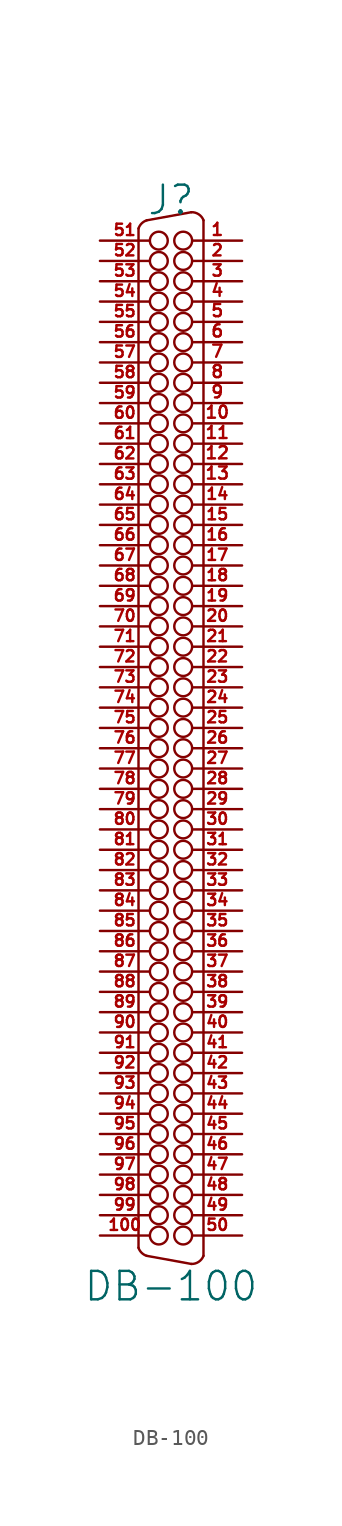
<source format=kicad_sym>
(kicad_symbol_lib
  (version 20201005)
  (generator kicad_symbol_editor)
  (symbol "DB-100"
    (pin_names
      (offset 1.016) hide)
    (property "Reference" "J"
      (at 0 33.655 0)
      (effects (font (size 1.778 1.778))))
    (property "Value" "DB-100"
      (at 0 -34.29 0)
      (effects (font (size 1.778 1.778))))
    (property "Footprint" ""
      (at 0 0 0)
      (effects (font (size 1.524 1.524))))
    (property "Datasheet" ""
      (at 0 0 0)
      (effects (font (size 1.524 1.524))))
    (symbol "DB-100_0_1"
      (arc (start -2.032 -31.877) (end -1.524 -32.385) (radius (at -1.27 -31.623) (length 0.7874) (angles -161.5 -108.4)) (stroke (width 0)) (fill (type none)))
      (arc (start -2.032 31.877) (end -1.524 32.385) (radius (at -1.27 31.623) (length 0.7874) (angles 161.5 108.4)) (stroke (width 0)) (fill (type none)))
      (arc (start 1.27 -32.893) (end 2.032 -32.385) (radius (at 1.2954 -32.1056) (length 0.7874) (angles -91.8 -20.7)) (stroke (width 0)) (fill (type none)))
      (arc (start 2.032 32.385) (end 1.27 32.893) (radius (at 1.2954 32.1056) (length 0.7874) (angles 20.7 91.8)) (stroke (width 0)) (fill (type none)))
      (circle (center -0.762 -31.115) (radius 0.559) (stroke (width 0)) (fill (type none)))
      (circle (center -0.762 -29.845) (radius 0.559) (stroke (width 0)) (fill (type none)))
      (circle (center -0.762 -28.575) (radius 0.559) (stroke (width 0)) (fill (type none)))
      (circle (center -0.762 -27.305) (radius 0.559) (stroke (width 0)) (fill (type none)))
      (circle (center -0.762 -26.035) (radius 0.559) (stroke (width 0)) (fill (type none)))
      (circle (center -0.762 -24.765) (radius 0.559) (stroke (width 0)) (fill (type none)))
      (circle (center -0.762 -23.495) (radius 0.559) (stroke (width 0)) (fill (type none)))
      (circle (center -0.762 -22.225) (radius 0.559) (stroke (width 0)) (fill (type none)))
      (circle (center -0.762 -20.955) (radius 0.559) (stroke (width 0)) (fill (type none)))
      (circle (center -0.762 -19.685) (radius 0.559) (stroke (width 0)) (fill (type none)))
      (circle (center -0.762 -18.415) (radius 0.559) (stroke (width 0)) (fill (type none)))
      (circle (center -0.762 -17.145) (radius 0.559) (stroke (width 0)) (fill (type none)))
      (circle (center -0.762 -15.875) (radius 0.559) (stroke (width 0)) (fill (type none)))
      (circle (center -0.762 -14.605) (radius 0.559) (stroke (width 0)) (fill (type none)))
      (circle (center -0.762 -13.335) (radius 0.559) (stroke (width 0)) (fill (type none)))
      (circle (center -0.762 -12.065) (radius 0.559) (stroke (width 0)) (fill (type none)))
      (circle (center -0.762 -10.795) (radius 0.559) (stroke (width 0)) (fill (type none)))
      (circle (center -0.762 -9.525) (radius 0.559) (stroke (width 0)) (fill (type none)))
      (circle (center -0.762 -8.255) (radius 0.559) (stroke (width 0)) (fill (type none)))
      (circle (center -0.762 -6.985) (radius 0.559) (stroke (width 0)) (fill (type none)))
      (circle (center -0.762 -5.715) (radius 0.559) (stroke (width 0)) (fill (type none)))
      (circle (center -0.762 -4.445) (radius 0.559) (stroke (width 0)) (fill (type none)))
      (circle (center -0.762 -3.175) (radius 0.559) (stroke (width 0)) (fill (type none)))
      (circle (center -0.762 -1.905) (radius 0.559) (stroke (width 0)) (fill (type none)))
      (circle (center -0.762 -0.635) (radius 0.559) (stroke (width 0)) (fill (type none)))
      (circle (center -0.762 0.635) (radius 0.559) (stroke (width 0)) (fill (type none)))
      (circle (center -0.762 1.905) (radius 0.559) (stroke (width 0)) (fill (type none)))
      (circle (center -0.762 3.175) (radius 0.559) (stroke (width 0)) (fill (type none)))
      (circle (center -0.762 4.445) (radius 0.559) (stroke (width 0)) (fill (type none)))
      (circle (center -0.762 5.715) (radius 0.559) (stroke (width 0)) (fill (type none)))
      (circle (center -0.762 6.985) (radius 0.559) (stroke (width 0)) (fill (type none)))
      (circle (center -0.762 8.255) (radius 0.559) (stroke (width 0)) (fill (type none)))
      (circle (center -0.762 9.525) (radius 0.559) (stroke (width 0)) (fill (type none)))
      (circle (center -0.762 10.795) (radius 0.559) (stroke (width 0)) (fill (type none)))
      (circle (center -0.762 12.065) (radius 0.559) (stroke (width 0)) (fill (type none)))
      (circle (center -0.762 13.335) (radius 0.559) (stroke (width 0)) (fill (type none)))
      (circle (center -0.762 14.605) (radius 0.559) (stroke (width 0)) (fill (type none)))
      (circle (center -0.762 15.875) (radius 0.559) (stroke (width 0)) (fill (type none)))
      (circle (center -0.762 17.145) (radius 0.559) (stroke (width 0)) (fill (type none)))
      (circle (center -0.762 18.415) (radius 0.559) (stroke (width 0)) (fill (type none)))
      (circle (center -0.762 19.685) (radius 0.559) (stroke (width 0)) (fill (type none)))
      (circle (center -0.762 20.955) (radius 0.559) (stroke (width 0)) (fill (type none)))
      (circle (center -0.762 22.225) (radius 0.559) (stroke (width 0)) (fill (type none)))
      (circle (center -0.762 23.495) (radius 0.559) (stroke (width 0)) (fill (type none)))
      (circle (center -0.762 24.765) (radius 0.559) (stroke (width 0)) (fill (type none)))
      (circle (center -0.762 26.035) (radius 0.559) (stroke (width 0)) (fill (type none)))
      (circle (center -0.762 27.305) (radius 0.559) (stroke (width 0)) (fill (type none)))
      (circle (center -0.762 28.575) (radius 0.559) (stroke (width 0)) (fill (type none)))
      (circle (center -0.762 29.845) (radius 0.559) (stroke (width 0)) (fill (type none)))
      (circle (center -0.762 31.115) (radius 0.559) (stroke (width 0)) (fill (type none)))
      (circle (center 0.762 -31.115) (radius 0.559) (stroke (width 0)) (fill (type none)))
      (circle (center 0.762 -29.845) (radius 0.559) (stroke (width 0)) (fill (type none)))
      (circle (center 0.762 -28.575) (radius 0.559) (stroke (width 0)) (fill (type none)))
      (circle (center 0.762 -27.305) (radius 0.559) (stroke (width 0)) (fill (type none)))
      (circle (center 0.762 -26.035) (radius 0.559) (stroke (width 0)) (fill (type none)))
      (circle (center 0.762 -24.765) (radius 0.559) (stroke (width 0)) (fill (type none)))
      (circle (center 0.762 -23.495) (radius 0.559) (stroke (width 0)) (fill (type none)))
      (circle (center 0.762 -22.225) (radius 0.559) (stroke (width 0)) (fill (type none)))
      (circle (center 0.762 -20.955) (radius 0.559) (stroke (width 0)) (fill (type none)))
      (circle (center 0.762 -19.685) (radius 0.559) (stroke (width 0)) (fill (type none)))
      (circle (center 0.762 -18.415) (radius 0.559) (stroke (width 0)) (fill (type none)))
      (circle (center 0.762 -17.145) (radius 0.559) (stroke (width 0)) (fill (type none)))
      (circle (center 0.762 -15.875) (radius 0.559) (stroke (width 0)) (fill (type none)))
      (circle (center 0.762 -14.605) (radius 0.559) (stroke (width 0)) (fill (type none)))
      (circle (center 0.762 -13.335) (radius 0.559) (stroke (width 0)) (fill (type none)))
      (circle (center 0.762 -12.065) (radius 0.559) (stroke (width 0)) (fill (type none)))
      (circle (center 0.762 -10.795) (radius 0.559) (stroke (width 0)) (fill (type none)))
      (circle (center 0.762 -9.525) (radius 0.559) (stroke (width 0)) (fill (type none)))
      (circle (center 0.762 -8.255) (radius 0.559) (stroke (width 0)) (fill (type none)))
      (circle (center 0.762 -6.985) (radius 0.559) (stroke (width 0)) (fill (type none)))
      (circle (center 0.762 -5.715) (radius 0.559) (stroke (width 0)) (fill (type none)))
      (circle (center 0.762 -4.445) (radius 0.559) (stroke (width 0)) (fill (type none)))
      (circle (center 0.762 -3.175) (radius 0.559) (stroke (width 0)) (fill (type none)))
      (circle (center 0.762 -1.905) (radius 0.559) (stroke (width 0)) (fill (type none)))
      (circle (center 0.762 -0.635) (radius 0.559) (stroke (width 0)) (fill (type none)))
      (circle (center 0.762 0.635) (radius 0.559) (stroke (width 0)) (fill (type none)))
      (circle (center 0.762 1.905) (radius 0.559) (stroke (width 0)) (fill (type none)))
      (circle (center 0.762 3.175) (radius 0.559) (stroke (width 0)) (fill (type none)))
      (circle (center 0.762 4.445) (radius 0.559) (stroke (width 0)) (fill (type none)))
      (circle (center 0.762 5.715) (radius 0.559) (stroke (width 0)) (fill (type none)))
      (circle (center 0.762 6.985) (radius 0.559) (stroke (width 0)) (fill (type none)))
      (circle (center 0.762 8.255) (radius 0.559) (stroke (width 0)) (fill (type none)))
      (circle (center 0.762 9.525) (radius 0.559) (stroke (width 0)) (fill (type none)))
      (circle (center 0.762 10.795) (radius 0.559) (stroke (width 0)) (fill (type none)))
      (circle (center 0.762 12.065) (radius 0.559) (stroke (width 0)) (fill (type none)))
      (circle (center 0.762 13.335) (radius 0.559) (stroke (width 0)) (fill (type none)))
      (circle (center 0.762 14.605) (radius 0.559) (stroke (width 0)) (fill (type none)))
      (circle (center 0.762 15.875) (radius 0.559) (stroke (width 0)) (fill (type none)))
      (circle (center 0.762 17.145) (radius 0.559) (stroke (width 0)) (fill (type none)))
      (circle (center 0.762 18.415) (radius 0.559) (stroke (width 0)) (fill (type none)))
      (circle (center 0.762 19.685) (radius 0.559) (stroke (width 0)) (fill (type none)))
      (circle (center 0.762 20.955) (radius 0.559) (stroke (width 0)) (fill (type none)))
      (circle (center 0.762 22.225) (radius 0.559) (stroke (width 0)) (fill (type none)))
      (circle (center 0.762 23.495) (radius 0.559) (stroke (width 0)) (fill (type none)))
      (circle (center 0.762 24.765) (radius 0.559) (stroke (width 0)) (fill (type none)))
      (circle (center 0.762 26.035) (radius 0.559) (stroke (width 0)) (fill (type none)))
      (circle (center 0.762 27.305) (radius 0.559) (stroke (width 0)) (fill (type none)))
      (circle (center 0.762 28.575) (radius 0.559) (stroke (width 0)) (fill (type none)))
      (circle (center 0.762 29.845) (radius 0.559) (stroke (width 0)) (fill (type none)))
      (circle (center 0.762 31.115) (radius 0.559) (stroke (width 0)) (fill (type none)))
      (polyline (pts (xy -2.032 -31.877) (xy -2.032 31.877)) (stroke (width 0)) (fill (type none)))
      (polyline (pts (xy 2.032 32.385) (xy 2.032 -32.385)) (stroke (width 0)) (fill (type none)))
      (polyline (pts (xy -1.524 -32.385) (xy 1.27 -32.893) (xy 1.27 -32.893)) (stroke (width 0)) (fill (type none)))
      (polyline (pts (xy -1.524 32.385) (xy 1.27 32.893) (xy 1.27 32.893)) (stroke (width 0)) (fill (type none))))
    (symbol "DB-100_1_1"
      (pin passive line (at 4.445 31.115 180) (length 3.099) (name "~" (effects (font (size 0.762 0.762)))) (number "1" (effects (font (size 0.762 0.762)))))
      (pin passive line (at 4.445 19.685 180) (length 3.099) (name "~" (effects (font (size 0.762 0.762)))) (number "10" (effects (font (size 0.762 0.762)))))
      (pin passive line (at -4.445 -31.115 0) (length 3.099) (name "~" (effects (font (size 0.711 0.711)))) (number "100" (effects (font (size 0.711 0.711)))))
      (pin passive line (at 4.445 18.415 180) (length 3.099) (name "~" (effects (font (size 0.762 0.762)))) (number "11" (effects (font (size 0.762 0.762)))))
      (pin passive line (at 4.445 17.145 180) (length 3.099) (name "~" (effects (font (size 0.762 0.762)))) (number "12" (effects (font (size 0.762 0.762)))))
      (pin passive line (at 4.445 15.875 180) (length 3.099) (name "~" (effects (font (size 0.762 0.762)))) (number "13" (effects (font (size 0.762 0.762)))))
      (pin passive line (at 4.445 14.605 180) (length 3.099) (name "~" (effects (font (size 0.711 0.711)))) (number "14" (effects (font (size 0.711 0.711)))))
      (pin passive line (at 4.445 13.335 180) (length 3.099) (name "~" (effects (font (size 0.711 0.711)))) (number "15" (effects (font (size 0.711 0.711)))))
      (pin passive line (at 4.445 12.065 180) (length 3.099) (name "~" (effects (font (size 0.711 0.711)))) (number "16" (effects (font (size 0.711 0.711)))))
      (pin passive line (at 4.445 10.795 180) (length 3.099) (name "~" (effects (font (size 0.711 0.711)))) (number "17" (effects (font (size 0.711 0.711)))))
      (pin passive line (at 4.445 9.525 180) (length 3.099) (name "~" (effects (font (size 0.711 0.711)))) (number "18" (effects (font (size 0.711 0.711)))))
      (pin passive line (at 4.445 8.255 180) (length 3.099) (name "~" (effects (font (size 0.711 0.711)))) (number "19" (effects (font (size 0.711 0.711)))))
      (pin passive line (at 4.445 29.845 180) (length 3.099) (name "~" (effects (font (size 0.711 0.711)))) (number "2" (effects (font (size 0.711 0.711)))))
      (pin passive line (at 4.445 6.985 180) (length 3.099) (name "~" (effects (font (size 0.711 0.711)))) (number "20" (effects (font (size 0.711 0.711)))))
      (pin passive line (at 4.445 5.715 180) (length 3.099) (name "~" (effects (font (size 0.711 0.711)))) (number "21" (effects (font (size 0.711 0.711)))))
      (pin passive line (at 4.445 4.445 180) (length 3.099) (name "~" (effects (font (size 0.711 0.711)))) (number "22" (effects (font (size 0.711 0.711)))))
      (pin passive line (at 4.445 3.175 180) (length 3.099) (name "~" (effects (font (size 0.711 0.711)))) (number "23" (effects (font (size 0.711 0.711)))))
      (pin passive line (at 4.445 1.905 180) (length 3.099) (name "~" (effects (font (size 0.711 0.711)))) (number "24" (effects (font (size 0.711 0.711)))))
      (pin passive line (at 4.445 0.635 180) (length 3.099) (name "~" (effects (font (size 0.711 0.711)))) (number "25" (effects (font (size 0.711 0.711)))))
      (pin passive line (at 4.445 -0.635 180) (length 3.099) (name "~" (effects (font (size 0.711 0.711)))) (number "26" (effects (font (size 0.711 0.711)))))
      (pin passive line (at 4.445 -1.905 180) (length 3.099) (name "~" (effects (font (size 0.711 0.711)))) (number "27" (effects (font (size 0.711 0.711)))))
      (pin passive line (at 4.445 -3.175 180) (length 3.099) (name "~" (effects (font (size 0.711 0.711)))) (number "28" (effects (font (size 0.711 0.711)))))
      (pin passive line (at 4.445 -4.445 180) (length 3.099) (name "~" (effects (font (size 0.711 0.711)))) (number "29" (effects (font (size 0.711 0.711)))))
      (pin passive line (at 4.445 28.575 180) (length 3.099) (name "~" (effects (font (size 0.711 0.711)))) (number "3" (effects (font (size 0.711 0.711)))))
      (pin passive line (at 4.445 -5.715 180) (length 3.099) (name "~" (effects (font (size 0.711 0.711)))) (number "30" (effects (font (size 0.711 0.711)))))
      (pin passive line (at 4.445 -6.985 180) (length 3.099) (name "~" (effects (font (size 0.711 0.711)))) (number "31" (effects (font (size 0.711 0.711)))))
      (pin passive line (at 4.445 -8.255 180) (length 3.099) (name "~" (effects (font (size 0.711 0.711)))) (number "32" (effects (font (size 0.711 0.711)))))
      (pin passive line (at 4.445 -9.525 180) (length 3.099) (name "~" (effects (font (size 0.711 0.711)))) (number "33" (effects (font (size 0.711 0.711)))))
      (pin passive line (at 4.445 -10.795 180) (length 3.099) (name "~" (effects (font (size 0.711 0.711)))) (number "34" (effects (font (size 0.711 0.711)))))
      (pin passive line (at 4.445 -12.065 180) (length 3.099) (name "~" (effects (font (size 0.711 0.711)))) (number "35" (effects (font (size 0.711 0.711)))))
      (pin passive line (at 4.445 -13.335 180) (length 3.099) (name "~" (effects (font (size 0.711 0.711)))) (number "36" (effects (font (size 0.711 0.711)))))
      (pin passive line (at 4.445 -14.605 180) (length 3.099) (name "~" (effects (font (size 0.711 0.711)))) (number "37" (effects (font (size 0.711 0.711)))))
      (pin passive line (at 4.445 -15.875 180) (length 3.099) (name "~" (effects (font (size 0.711 0.711)))) (number "38" (effects (font (size 0.711 0.711)))))
      (pin passive line (at 4.445 -17.145 180) (length 3.099) (name "~" (effects (font (size 0.711 0.711)))) (number "39" (effects (font (size 0.711 0.711)))))
      (pin passive line (at 4.445 27.305 180) (length 3.099) (name "~" (effects (font (size 0.762 0.762)))) (number "4" (effects (font (size 0.762 0.762)))))
      (pin passive line (at 4.445 -18.415 180) (length 3.099) (name "~" (effects (font (size 0.711 0.711)))) (number "40" (effects (font (size 0.711 0.711)))))
      (pin passive line (at 4.445 -19.685 180) (length 3.099) (name "~" (effects (font (size 0.711 0.711)))) (number "41" (effects (font (size 0.711 0.711)))))
      (pin passive line (at 4.445 -20.955 180) (length 3.099) (name "~" (effects (font (size 0.711 0.711)))) (number "42" (effects (font (size 0.711 0.711)))))
      (pin passive line (at 4.445 -22.225 180) (length 3.099) (name "~" (effects (font (size 0.711 0.711)))) (number "43" (effects (font (size 0.711 0.711)))))
      (pin passive line (at 4.445 -23.495 180) (length 3.099) (name "~" (effects (font (size 0.711 0.711)))) (number "44" (effects (font (size 0.711 0.711)))))
      (pin passive line (at 4.445 -24.765 180) (length 3.099) (name "~" (effects (font (size 0.711 0.711)))) (number "45" (effects (font (size 0.711 0.711)))))
      (pin passive line (at 4.445 -26.035 180) (length 3.099) (name "~" (effects (font (size 0.711 0.711)))) (number "46" (effects (font (size 0.711 0.711)))))
      (pin passive line (at 4.445 -27.305 180) (length 3.099) (name "~" (effects (font (size 0.711 0.711)))) (number "47" (effects (font (size 0.711 0.711)))))
      (pin passive line (at 4.445 -28.575 180) (length 3.099) (name "~" (effects (font (size 0.711 0.711)))) (number "48" (effects (font (size 0.711 0.711)))))
      (pin passive line (at 4.445 -29.845 180) (length 3.099) (name "~" (effects (font (size 0.711 0.711)))) (number "49" (effects (font (size 0.711 0.711)))))
      (pin passive line (at 4.445 26.035 180) (length 3.099) (name "~" (effects (font (size 0.762 0.762)))) (number "5" (effects (font (size 0.762 0.762)))))
      (pin passive line (at 4.445 -31.115 180) (length 3.099) (name "~" (effects (font (size 0.711 0.711)))) (number "50" (effects (font (size 0.711 0.711)))))
      (pin passive line (at -4.445 31.115 0) (length 3.099) (name "~" (effects (font (size 0.711 0.711)))) (number "51" (effects (font (size 0.711 0.711)))))
      (pin passive line (at -4.445 29.845 0) (length 3.099) (name "~" (effects (font (size 0.711 0.711)))) (number "52" (effects (font (size 0.711 0.711)))))
      (pin passive line (at -4.445 28.575 0) (length 3.099) (name "~" (effects (font (size 0.711 0.711)))) (number "53" (effects (font (size 0.711 0.711)))))
      (pin passive line (at -4.445 27.305 0) (length 3.099) (name "~" (effects (font (size 0.711 0.711)))) (number "54" (effects (font (size 0.711 0.711)))))
      (pin passive line (at -4.445 26.035 0) (length 3.099) (name "~" (effects (font (size 0.711 0.711)))) (number "55" (effects (font (size 0.711 0.711)))))
      (pin passive line (at -4.445 24.765 0) (length 3.099) (name "~" (effects (font (size 0.711 0.711)))) (number "56" (effects (font (size 0.711 0.711)))))
      (pin passive line (at -4.445 23.495 0) (length 3.099) (name "~" (effects (font (size 0.711 0.711)))) (number "57" (effects (font (size 0.711 0.711)))))
      (pin passive line (at -4.445 22.225 0) (length 3.099) (name "~" (effects (font (size 0.711 0.711)))) (number "58" (effects (font (size 0.711 0.711)))))
      (pin passive line (at -4.445 20.955 0) (length 3.099) (name "~" (effects (font (size 0.711 0.711)))) (number "59" (effects (font (size 0.711 0.711)))))
      (pin passive line (at 4.445 24.765 180) (length 3.099) (name "~" (effects (font (size 0.762 0.762)))) (number "6" (effects (font (size 0.762 0.762)))))
      (pin passive line (at -4.445 19.685 0) (length 3.099) (name "~" (effects (font (size 0.711 0.711)))) (number "60" (effects (font (size 0.711 0.711)))))
      (pin passive line (at -4.445 18.415 0) (length 3.099) (name "~" (effects (font (size 0.711 0.711)))) (number "61" (effects (font (size 0.711 0.711)))))
      (pin passive line (at -4.445 17.145 0) (length 3.099) (name "~" (effects (font (size 0.711 0.711)))) (number "62" (effects (font (size 0.711 0.711)))))
      (pin passive line (at -4.445 15.875 0) (length 3.099) (name "~" (effects (font (size 0.711 0.711)))) (number "63" (effects (font (size 0.711 0.711)))))
      (pin passive line (at -4.445 14.605 0) (length 3.099) (name "~" (effects (font (size 0.711 0.711)))) (number "64" (effects (font (size 0.711 0.711)))))
      (pin passive line (at -4.445 13.335 0) (length 3.099) (name "~" (effects (font (size 0.711 0.711)))) (number "65" (effects (font (size 0.711 0.711)))))
      (pin passive line (at -4.445 12.065 0) (length 3.099) (name "~" (effects (font (size 0.711 0.711)))) (number "66" (effects (font (size 0.711 0.711)))))
      (pin passive line (at -4.445 10.795 0) (length 3.099) (name "~" (effects (font (size 0.711 0.711)))) (number "67" (effects (font (size 0.711 0.711)))))
      (pin passive line (at -4.445 9.525 0) (length 3.099) (name "~" (effects (font (size 0.711 0.711)))) (number "68" (effects (font (size 0.711 0.711)))))
      (pin passive line (at -4.445 8.255 0) (length 3.099) (name "~" (effects (font (size 0.711 0.711)))) (number "69" (effects (font (size 0.711 0.711)))))
      (pin passive line (at 4.445 23.495 180) (length 3.099) (name "~" (effects (font (size 0.762 0.762)))) (number "7" (effects (font (size 0.762 0.762)))))
      (pin passive line (at -4.445 6.985 0) (length 3.099) (name "~" (effects (font (size 0.711 0.711)))) (number "70" (effects (font (size 0.711 0.711)))))
      (pin passive line (at -4.445 5.715 0) (length 3.099) (name "~" (effects (font (size 0.711 0.711)))) (number "71" (effects (font (size 0.711 0.711)))))
      (pin passive line (at -4.445 4.445 0) (length 3.099) (name "~" (effects (font (size 0.711 0.711)))) (number "72" (effects (font (size 0.711 0.711)))))
      (pin passive line (at -4.445 3.175 0) (length 3.099) (name "~" (effects (font (size 0.711 0.711)))) (number "73" (effects (font (size 0.711 0.711)))))
      (pin passive line (at -4.445 1.905 0) (length 3.099) (name "~" (effects (font (size 0.711 0.711)))) (number "74" (effects (font (size 0.711 0.711)))))
      (pin passive line (at -4.445 0.635 0) (length 3.099) (name "~" (effects (font (size 0.711 0.711)))) (number "75" (effects (font (size 0.711 0.711)))))
      (pin passive line (at -4.445 -0.635 0) (length 3.099) (name "~" (effects (font (size 0.711 0.711)))) (number "76" (effects (font (size 0.711 0.711)))))
      (pin passive line (at -4.445 -1.905 0) (length 3.099) (name "~" (effects (font (size 0.711 0.711)))) (number "77" (effects (font (size 0.711 0.711)))))
      (pin passive line (at -4.445 -3.175 0) (length 3.099) (name "~" (effects (font (size 0.711 0.711)))) (number "78" (effects (font (size 0.711 0.711)))))
      (pin passive line (at -4.445 -4.445 0) (length 3.099) (name "~" (effects (font (size 0.711 0.711)))) (number "79" (effects (font (size 0.711 0.711)))))
      (pin passive line (at 4.445 22.225 180) (length 3.099) (name "~" (effects (font (size 0.762 0.762)))) (number "8" (effects (font (size 0.762 0.762)))))
      (pin passive line (at -4.445 -5.715 0) (length 3.099) (name "~" (effects (font (size 0.711 0.711)))) (number "80" (effects (font (size 0.711 0.711)))))
      (pin passive line (at -4.445 -6.985 0) (length 3.099) (name "~" (effects (font (size 0.711 0.711)))) (number "81" (effects (font (size 0.711 0.711)))))
      (pin passive line (at -4.445 -8.255 0) (length 3.099) (name "~" (effects (font (size 0.711 0.711)))) (number "82" (effects (font (size 0.711 0.711)))))
      (pin passive line (at -4.445 -9.525 0) (length 3.099) (name "~" (effects (font (size 0.711 0.711)))) (number "83" (effects (font (size 0.711 0.711)))))
      (pin passive line (at -4.445 -10.795 0) (length 3.099) (name "~" (effects (font (size 0.711 0.711)))) (number "84" (effects (font (size 0.711 0.711)))))
      (pin passive line (at -4.445 -12.065 0) (length 3.099) (name "~" (effects (font (size 0.711 0.711)))) (number "85" (effects (font (size 0.711 0.711)))))
      (pin passive line (at -4.445 -13.335 0) (length 3.099) (name "~" (effects (font (size 0.711 0.711)))) (number "86" (effects (font (size 0.711 0.711)))))
      (pin passive line (at -4.445 -14.605 0) (length 3.099) (name "~" (effects (font (size 0.711 0.711)))) (number "87" (effects (font (size 0.711 0.711)))))
      (pin passive line (at -4.445 -15.875 0) (length 3.099) (name "~" (effects (font (size 0.711 0.711)))) (number "88" (effects (font (size 0.711 0.711)))))
      (pin passive line (at -4.445 -17.145 0) (length 3.099) (name "~" (effects (font (size 0.711 0.711)))) (number "89" (effects (font (size 0.711 0.711)))))
      (pin passive line (at 4.445 20.955 180) (length 3.099) (name "~" (effects (font (size 0.762 0.762)))) (number "9" (effects (font (size 0.762 0.762)))))
      (pin passive line (at -4.445 -18.415 0) (length 3.099) (name "~" (effects (font (size 0.711 0.711)))) (number "90" (effects (font (size 0.711 0.711)))))
      (pin passive line (at -4.445 -19.685 0) (length 3.099) (name "~" (effects (font (size 0.711 0.711)))) (number "91" (effects (font (size 0.711 0.711)))))
      (pin passive line (at -4.445 -20.955 0) (length 3.099) (name "~" (effects (font (size 0.711 0.711)))) (number "92" (effects (font (size 0.711 0.711)))))
      (pin passive line (at -4.445 -22.225 0) (length 3.099) (name "~" (effects (font (size 0.711 0.711)))) (number "93" (effects (font (size 0.711 0.711)))))
      (pin passive line (at -4.445 -23.495 0) (length 3.099) (name "~" (effects (font (size 0.711 0.711)))) (number "94" (effects (font (size 0.711 0.711)))))
      (pin passive line (at -4.445 -24.765 0) (length 3.099) (name "~" (effects (font (size 0.711 0.711)))) (number "95" (effects (font (size 0.711 0.711)))))
      (pin passive line (at -4.445 -26.035 0) (length 3.099) (name "~" (effects (font (size 0.711 0.711)))) (number "96" (effects (font (size 0.711 0.711)))))
      (pin passive line (at -4.445 -27.305 0) (length 3.099) (name "~" (effects (font (size 0.711 0.711)))) (number "97" (effects (font (size 0.711 0.711)))))
      (pin passive line (at -4.445 -28.575 0) (length 3.099) (name "~" (effects (font (size 0.711 0.711)))) (number "98" (effects (font (size 0.711 0.711)))))
      (pin passive line (at -4.445 -29.845 0) (length 3.099) (name "~" (effects (font (size 0.711 0.711)))) (number "99" (effects (font (size 0.711 0.711))))))))
</source>
